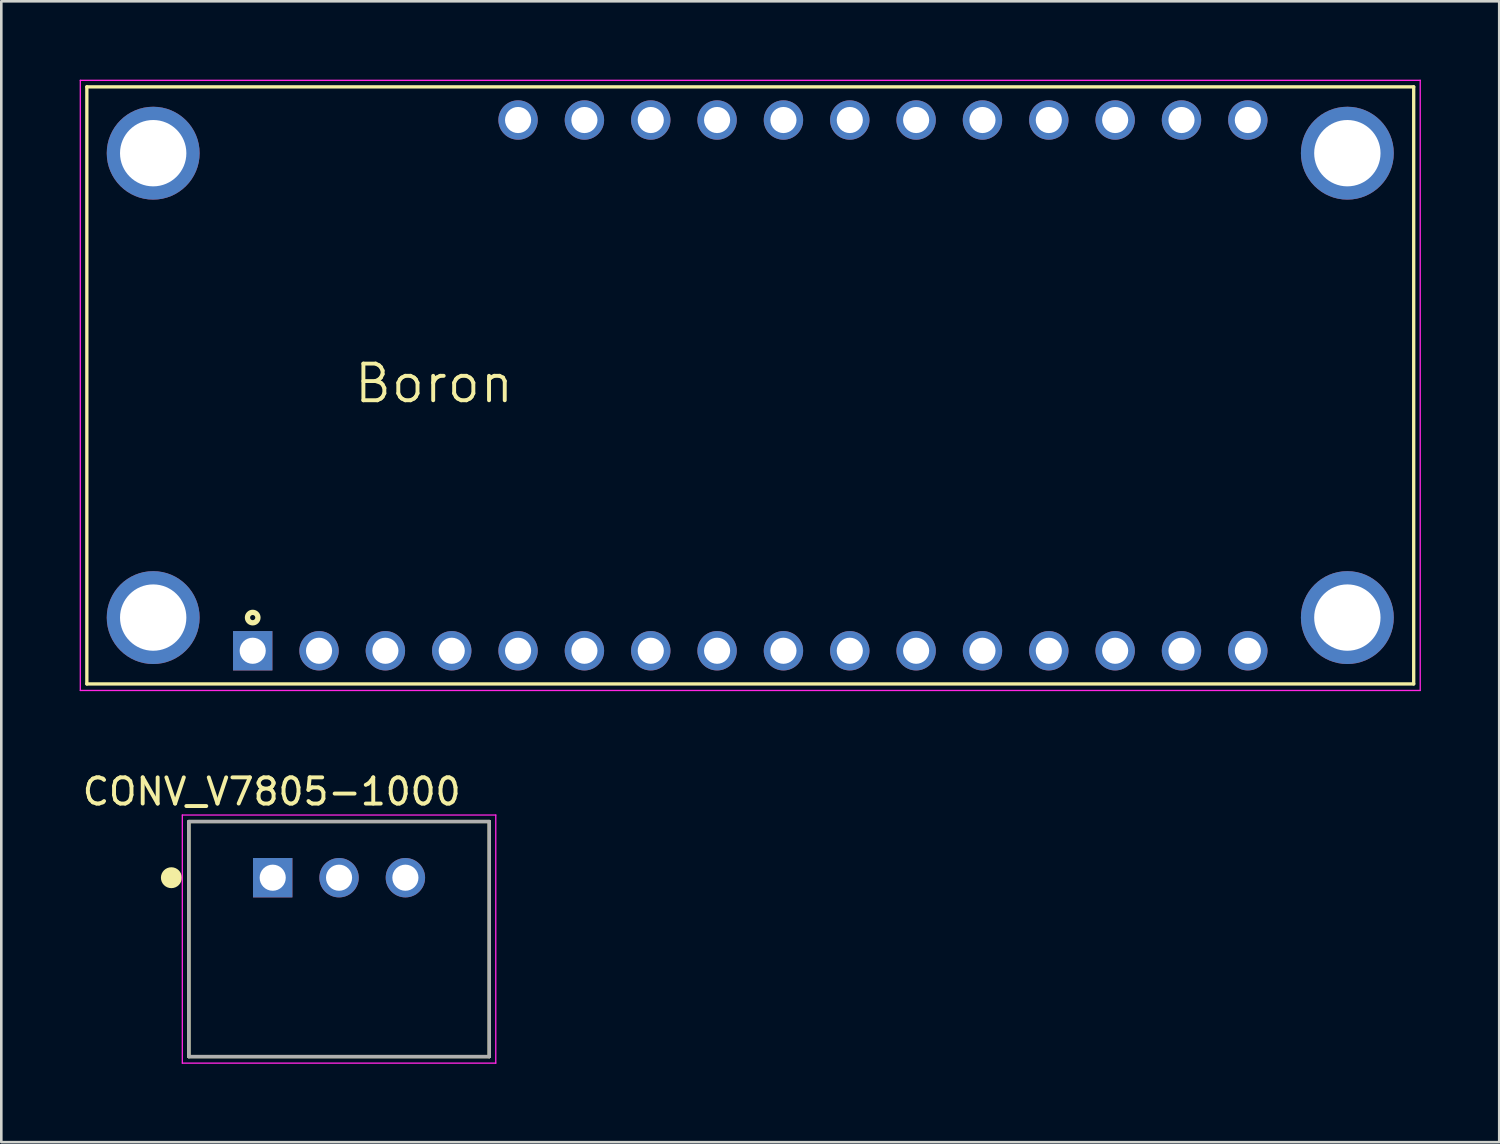
<source format=kicad_pcb>
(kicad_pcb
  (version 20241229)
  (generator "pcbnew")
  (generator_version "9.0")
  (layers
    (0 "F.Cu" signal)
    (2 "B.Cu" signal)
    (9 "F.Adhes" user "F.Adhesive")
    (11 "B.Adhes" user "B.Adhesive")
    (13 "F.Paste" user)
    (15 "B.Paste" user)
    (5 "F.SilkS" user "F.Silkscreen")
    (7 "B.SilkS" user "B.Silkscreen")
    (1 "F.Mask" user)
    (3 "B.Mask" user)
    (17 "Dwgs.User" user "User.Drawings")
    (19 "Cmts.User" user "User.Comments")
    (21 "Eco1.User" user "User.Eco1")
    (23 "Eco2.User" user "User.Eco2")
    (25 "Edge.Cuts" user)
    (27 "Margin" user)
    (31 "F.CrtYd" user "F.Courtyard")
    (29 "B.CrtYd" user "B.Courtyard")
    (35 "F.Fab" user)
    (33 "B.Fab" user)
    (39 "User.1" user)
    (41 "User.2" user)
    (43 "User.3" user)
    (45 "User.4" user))
  (footprint "Boron"
    (layer "F.Cu")
    (at 25.675 11.705)
    (property "Reference" "Boron" (at -12.106 -0.072 180) (layer "F.SilkS") (effects (font (size 1.403 1.403) (thickness 0.15))))
    (attr through_hole allow_missing_courtyard)
    (fp_line (start -25.4 -11.43) (end 25.4 -11.43) (stroke (width 0.127) (type solid)) (layer "F.SilkS"))
    (fp_line (start -25.4 11.43) (end -25.4 -11.43) (stroke (width 0.127) (type solid)) (layer "F.SilkS"))
    (fp_line (start 25.4 -11.43) (end 25.4 11.43) (stroke (width 0.127) (type solid)) (layer "F.SilkS"))
    (fp_line (start 25.4 11.43) (end -25.4 11.43) (stroke (width 0.127) (type solid)) (layer "F.SilkS"))
    (fp_circle (center -19.05 8.89) (end -18.85 8.89) (stroke (width 0.203) (type solid)) (fill no) (layer "F.SilkS"))
    (fp_line (start -25.65 -11.68) (end 25.65 -11.68) (stroke (width 0.05) (type solid)) (layer "F.CrtYd"))
    (fp_line (start -25.65 11.68) (end -25.65 -11.68) (stroke (width 0.05) (type solid)) (layer "F.CrtYd"))
    (fp_line (start 25.65 -11.68) (end 25.65 11.68) (stroke (width 0.05) (type solid)) (layer "F.CrtYd"))
    (fp_line (start 25.65 11.68) (end -25.65 11.68) (stroke (width 0.05) (type solid)) (layer "F.CrtYd"))
    (pad "3V3" thru_hole circle (at -16.51 10.16) (size 1.508 1.508) (drill 1) (layers "*.Cu" "*.Mask"))
    (pad "A0" thru_hole circle (at -8.89 10.16) (size 1.508 1.508) (drill 1) (layers "*.Cu" "*.Mask"))
    (pad "A1" thru_hole circle (at -6.35 10.16) (size 1.508 1.508) (drill 1) (layers "*.Cu" "*.Mask"))
    (pad "A2" thru_hole circle (at -3.81 10.16) (size 1.508 1.508) (drill 1) (layers "*.Cu" "*.Mask"))
    (pad "A3" thru_hole circle (at -1.27 10.16) (size 1.508 1.508) (drill 1) (layers "*.Cu" "*.Mask"))
    (pad "A4" thru_hole circle (at 1.27 10.16) (size 1.508 1.508) (drill 1) (layers "*.Cu" "*.Mask"))
    (pad "A5" thru_hole circle (at 3.81 10.16) (size 1.508 1.508) (drill 1) (layers "*.Cu" "*.Mask"))
    (pad "D2" thru_hole circle (at 13.97 -10.16) (size 1.508 1.508) (drill 1) (layers "*.Cu" "*.Mask"))
    (pad "D3" thru_hole circle (at 11.43 -10.16) (size 1.508 1.508) (drill 1) (layers "*.Cu" "*.Mask"))
    (pad "D4" thru_hole circle (at 8.89 -10.16) (size 1.508 1.508) (drill 1) (layers "*.Cu" "*.Mask"))
    (pad "D5" thru_hole circle (at 6.35 -10.16) (size 1.508 1.508) (drill 1) (layers "*.Cu" "*.Mask"))
    (pad "D6" thru_hole circle (at 3.81 -10.16) (size 1.508 1.508) (drill 1) (layers "*.Cu" "*.Mask"))
    (pad "D7" thru_hole circle (at 1.27 -10.16) (size 1.508 1.508) (drill 1) (layers "*.Cu" "*.Mask"))
    (pad "D8" thru_hole circle (at -1.27 -10.16) (size 1.508 1.508) (drill 1) (layers "*.Cu" "*.Mask"))
    (pad "EN" thru_hole circle (at -6.35 -10.16) (size 1.508 1.508) (drill 1) (layers "*.Cu" "*.Mask"))
    (pad "GND" thru_hole circle (at -11.43 10.16) (size 1.508 1.508) (drill 1) (layers "*.Cu" "*.Mask"))
    (pad "LI+" thru_hole circle (at -8.89 -10.16) (size 1.508 1.508) (drill 1) (layers "*.Cu" "*.Mask"))
    (pad "MD" thru_hole circle (at -13.97 10.16) (size 1.508 1.508) (drill 1) (layers "*.Cu" "*.Mask"))
    (pad "MI" thru_hole circle (at 11.43 10.16) (size 1.508 1.508) (drill 1) (layers "*.Cu" "*.Mask"))
    (pad "MO" thru_hole circle (at 8.89 10.16) (size 1.508 1.508) (drill 1) (layers "*.Cu" "*.Mask"))
    (pad "NC" thru_hole circle (at 19.05 10.16) (size 1.508 1.508) (drill 1) (layers "*.Cu" "*.Mask"))
    (pad "RESET" thru_hole rect (at -19.05 10.16) (size 1.508 1.508) (drill 1) (layers "*.Cu" "*.Mask"))
    (pad "RX" thru_hole circle (at 13.97 10.16) (size 1.508 1.508) (drill 1) (layers "*.Cu" "*.Mask"))
    (pad "S1" thru_hole circle (at -22.86 8.89) (size 3.556 3.556) (drill 2.54) (layers "*.Cu" "*.Mask"))
    (pad "S1" thru_hole circle (at 22.86 8.89) (size 3.556 3.556) (drill 2.54) (layers "*.Cu" "*.Mask"))
    (pad "S2" thru_hole circle (at -22.86 -8.89) (size 3.556 3.556) (drill 2.54) (layers "*.Cu" "*.Mask"))
    (pad "S2" thru_hole circle (at 22.86 -8.89) (size 3.556 3.556) (drill 2.54) (layers "*.Cu" "*.Mask"))
    (pad "SCK" thru_hole circle (at 6.35 10.16) (size 1.508 1.508) (drill 1) (layers "*.Cu" "*.Mask"))
    (pad "SCL" thru_hole circle (at 16.51 -10.16) (size 1.508 1.508) (drill 1) (layers "*.Cu" "*.Mask"))
    (pad "SDA" thru_hole circle (at 19.05 -10.16) (size 1.508 1.508) (drill 1) (layers "*.Cu" "*.Mask"))
    (pad "TX" thru_hole circle (at 16.51 10.16) (size 1.508 1.508) (drill 1) (layers "*.Cu" "*.Mask"))
    (pad "VUSB" thru_hole circle (at -3.81 -10.16) (size 1.508 1.508) (drill 1) (layers "*.Cu" "*.Mask")))
  (footprint "CONV_V7805-1000"
    (layer "F.Cu")
    (at 9.931 32.904)
    (property "Reference" "CONV_V7805-1000" (at -2.579 -5.645 0) (layer "F.SilkS") (effects (font (size 1.002 1.002) (thickness 0.15))))
    (attr through_hole)
    (fp_line (start -5.75 -4.5) (end 5.75 -4.5) (stroke (width 0.127) (type solid)) (layer "F.SilkS"))
    (fp_line (start -5.75 4.5) (end -5.75 -4.5) (stroke (width 0.127) (type solid)) (layer "F.SilkS"))
    (fp_line (start 5.75 -4.5) (end 5.75 4.5) (stroke (width 0.127) (type solid)) (layer "F.SilkS"))
    (fp_line (start 5.75 4.5) (end -5.75 4.5) (stroke (width 0.127) (type solid)) (layer "F.SilkS"))
    (fp_circle (center -6.42 -2.35) (end -6.22 -2.35) (stroke (width 0.4) (type solid)) (fill no) (layer "F.SilkS"))
    (fp_line (start -6 -4.75) (end 6 -4.75) (stroke (width 0.05) (type solid)) (layer "F.CrtYd"))
    (fp_line (start -6 4.75) (end -6 -4.75) (stroke (width 0.05) (type solid)) (layer "F.CrtYd"))
    (fp_line (start 6 -4.75) (end 6 4.75) (stroke (width 0.05) (type solid)) (layer "F.CrtYd"))
    (fp_line (start 6 4.75) (end -6 4.75) (stroke (width 0.05) (type solid)) (layer "F.CrtYd"))
    (fp_line (start -5.75 -4.5) (end 5.75 -4.5) (stroke (width 0.127) (type solid)) (layer "F.Fab"))
    (fp_line (start -5.75 4.5) (end -5.75 -4.5) (stroke (width 0.127) (type solid)) (layer "F.Fab"))
    (fp_line (start 5.75 -4.5) (end 5.75 4.5) (stroke (width 0.127) (type solid)) (layer "F.Fab"))
    (fp_line (start 5.75 4.5) (end -5.75 4.5) (stroke (width 0.127) (type solid)) (layer "F.Fab"))
    (fp_circle (center -2.54 -2.35) (end -2.34 -2.35) (stroke (width 0.4) (type solid)) (fill no) (layer "F.Fab"))
    (pad "1" thru_hole rect (at -2.54 -2.35) (size 1.508 1.508) (drill 1) (layers "*.Cu" "*.Mask"))
    (pad "2" thru_hole circle (at 0 -2.35) (size 1.508 1.508) (drill 1) (layers "*.Cu" "*.Mask"))
    (pad "3" thru_hole circle (at 2.54 -2.35) (size 1.508 1.508) (drill 1) (layers "*.Cu" "*.Mask")))
  (gr_rect
    (start -3 -3)
    (end 54.35 40.679)
    (stroke (width 0.1) (type default))
    (fill no)
    (layer "Edge.Cuts")))
</source>
